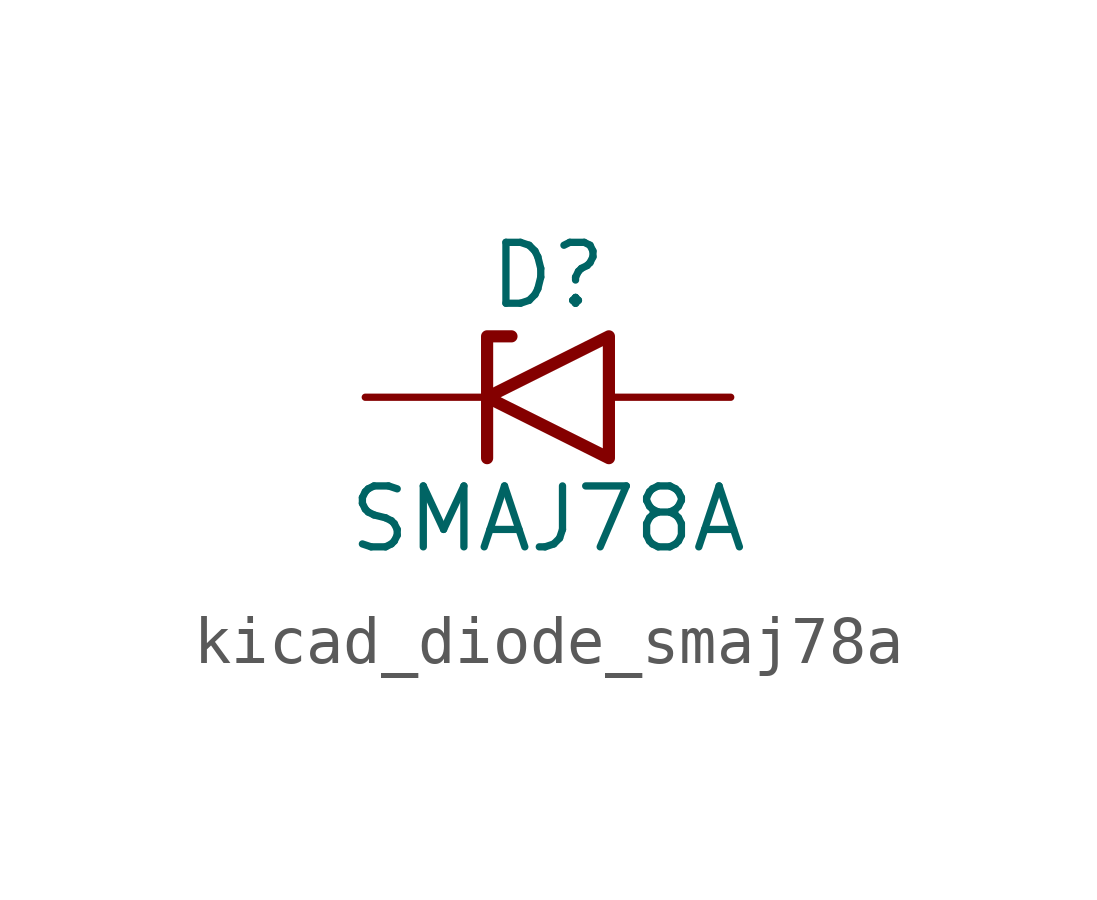
<source format=kicad_sym>
(kicad_symbol_lib
  (version 20220914)
  (generator kicad_symbol_editor)
  (symbol "kicad_diode_smaj78a"
    (pin_numbers hide)
    (pin_names
      (offset 1.016) hide)
    (property "Reference" "D"
      (at 0 2.54 0)
      (effects (font (size 1.27 1.27))))
    (property "Value" "SMAJ78A"
      (at 0 -2.54 0)
      (effects (font (size 1.27 1.27))))
    (symbol "kicad_diode_smaj78a_0_1"
      (polyline (pts (xy -0.762 1.27) (xy -1.27 1.27) (xy -1.27 -1.27)) (stroke (width 0.254) (type default)) (fill (type none)))
      (polyline (pts (xy 1.27 1.27) (xy 1.27 -1.27) (xy -1.27 0) (xy 1.27 1.27)) (stroke (width 0.254) (type default)) (fill (type none))))
    (symbol "kicad_diode_smaj78a_1_1"
      (pin passive line (at -3.81 0 0) (length 2.54) (name "A1" (effects (font (size 1.27 1.27)))) (number "1" (effects (font (size 1.27 1.27)))))
      (pin passive line (at 3.81 0 180) (length 2.54) (name "A2" (effects (font (size 1.27 1.27)))) (number "2" (effects (font (size 1.27 1.27))))))))
</source>
